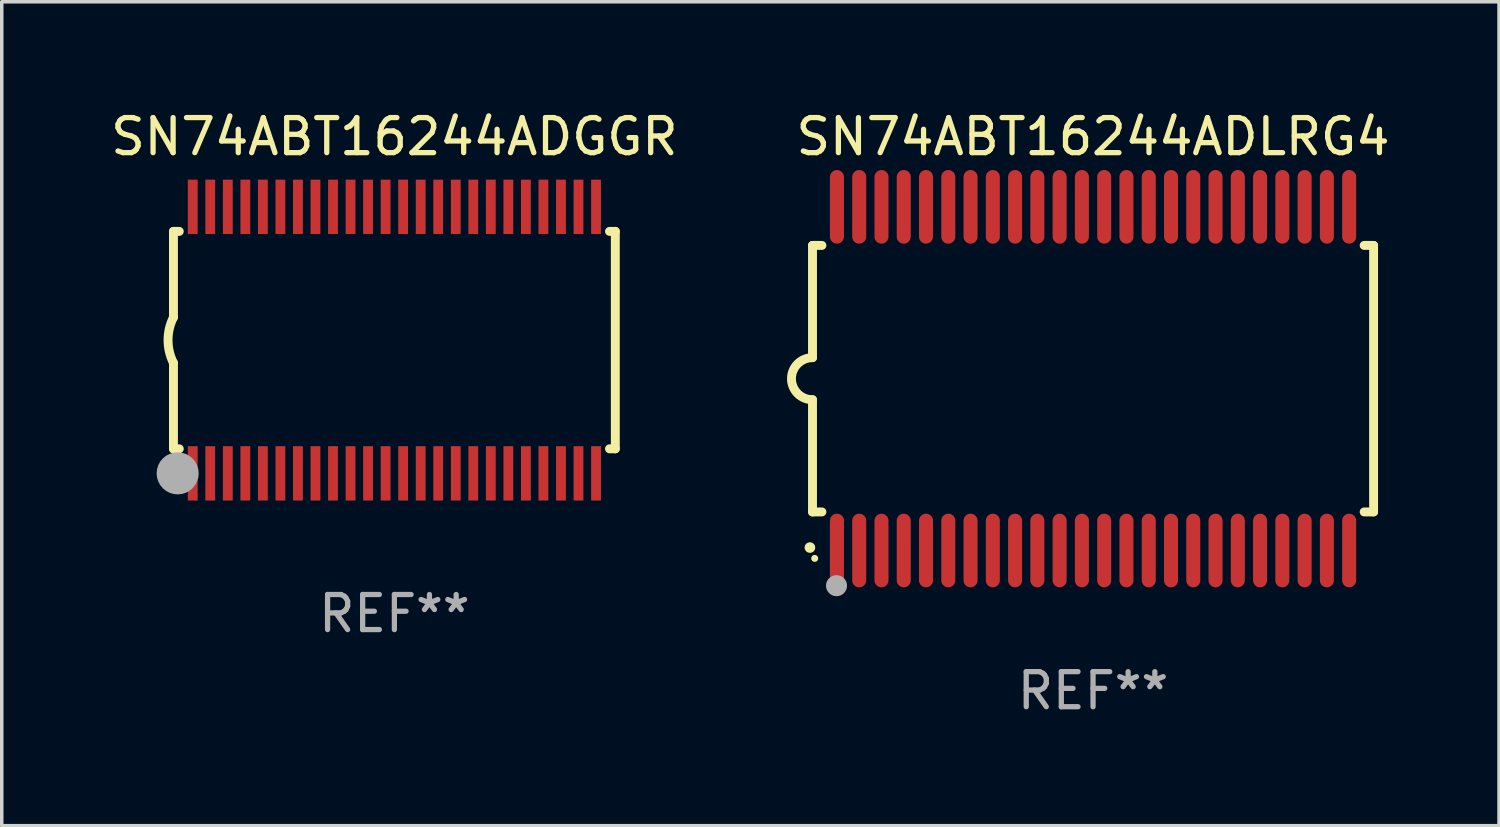
<source format=kicad_pcb>
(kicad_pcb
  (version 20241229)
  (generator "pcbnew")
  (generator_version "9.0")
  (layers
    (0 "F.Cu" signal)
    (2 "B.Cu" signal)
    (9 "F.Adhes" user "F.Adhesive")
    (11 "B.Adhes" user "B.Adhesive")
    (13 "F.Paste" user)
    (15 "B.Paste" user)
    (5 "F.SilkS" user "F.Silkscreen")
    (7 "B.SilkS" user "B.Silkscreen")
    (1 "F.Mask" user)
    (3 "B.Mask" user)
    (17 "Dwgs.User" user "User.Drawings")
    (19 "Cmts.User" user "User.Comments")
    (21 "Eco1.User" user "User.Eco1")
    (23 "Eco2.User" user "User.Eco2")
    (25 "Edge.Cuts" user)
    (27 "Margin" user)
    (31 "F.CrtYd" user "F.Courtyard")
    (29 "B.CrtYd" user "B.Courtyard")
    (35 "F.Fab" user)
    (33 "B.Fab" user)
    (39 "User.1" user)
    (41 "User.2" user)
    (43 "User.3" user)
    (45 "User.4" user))
  (footprint "SN74ABT16244ADGGR"
    (layer "F.Cu")
    (at 8.196 6.648)
    (property "Reference" "SN74ABT16244ADGGR" (at 0 -5.8 0) (layer "F.SilkS") (effects (font (size 1 1) (thickness 0.15))))
    (attr through_hole)
    (fp_line (start -6.3 -3.1) (end -6.3 -0.65) (stroke (width 0.254) (type solid)) (layer "F.SilkS"))
    (fp_line (start -6.3 -3.1) (end -6.134 -3.1) (stroke (width 0.254) (type solid)) (layer "F.SilkS"))
    (fp_line (start -6.3 3.1) (end -6.3 0.65) (stroke (width 0.254) (type solid)) (layer "F.SilkS"))
    (fp_line (start -6.3 3.1) (end -6.134 3.1) (stroke (width 0.254) (type solid)) (layer "F.SilkS"))
    (fp_line (start 6.134 -3.1) (end 6.3 -3.1) (stroke (width 0.254) (type solid)) (layer "F.SilkS"))
    (fp_line (start 6.134 3.1) (end 6.3 3.1) (stroke (width 0.254) (type solid)) (layer "F.SilkS"))
    (fp_line (start 6.3 -3.1) (end 6.3 3.1) (stroke (width 0.254) (type solid)) (layer "F.SilkS"))
    (fp_arc (start -6.301016 0.650114) (mid -6.45413 -0.000082) (end -6.3 -0.650038) (stroke (width 0.254001) (type solid)) (layer "F.SilkS"))
    (fp_circle (center -6.35 3.81) (end -6.223 3.81) (stroke (width 0.254) (type solid)) (fill no) (layer "F.SilkS"))
    (fp_circle (center -6.25 4.05) (end -6.22 4.05) (stroke (width 0.06) (type solid)) (fill no) (layer "F.SilkS"))
    (fp_circle (center -6.18 3.8) (end -5.88 3.8) (stroke (width 0.6) (type solid)) (fill no) (layer "F.Fab"))
    (fp_text user "REF**" (at 0 7.8 0) (layer "F.Fab") (effects (font (size 1 1) (thickness 0.15))))
    (pad "1" smd rect (at -5.75 3.8) (size 0.28 1.55) (layers "F.Cu" "F.Mask" "F.Paste"))
    (pad "2" smd rect (at -5.25 3.8) (size 0.28 1.55) (layers "F.Cu" "F.Mask" "F.Paste"))
    (pad "3" smd rect (at -4.75 3.8) (size 0.28 1.55) (layers "F.Cu" "F.Mask" "F.Paste"))
    (pad "4" smd rect (at -4.25 3.8) (size 0.28 1.55) (layers "F.Cu" "F.Mask" "F.Paste"))
    (pad "5" smd rect (at -3.75 3.8) (size 0.28 1.55) (layers "F.Cu" "F.Mask" "F.Paste"))
    (pad "6" smd rect (at -3.25 3.8) (size 0.28 1.55) (layers "F.Cu" "F.Mask" "F.Paste"))
    (pad "7" smd rect (at -2.75 3.8) (size 0.28 1.55) (layers "F.Cu" "F.Mask" "F.Paste"))
    (pad "8" smd rect (at -2.25 3.8) (size 0.28 1.55) (layers "F.Cu" "F.Mask" "F.Paste"))
    (pad "9" smd rect (at -1.75 3.8) (size 0.28 1.55) (layers "F.Cu" "F.Mask" "F.Paste"))
    (pad "10" smd rect (at -1.25 3.8) (size 0.28 1.55) (layers "F.Cu" "F.Mask" "F.Paste"))
    (pad "11" smd rect (at -0.75 3.8) (size 0.28 1.55) (layers "F.Cu" "F.Mask" "F.Paste"))
    (pad "12" smd rect (at -0.25 3.8) (size 0.28 1.55) (layers "F.Cu" "F.Mask" "F.Paste"))
    (pad "13" smd rect (at 0.25 3.8) (size 0.28 1.55) (layers "F.Cu" "F.Mask" "F.Paste"))
    (pad "14" smd rect (at 0.75 3.8) (size 0.28 1.55) (layers "F.Cu" "F.Mask" "F.Paste"))
    (pad "15" smd rect (at 1.25 3.8) (size 0.28 1.55) (layers "F.Cu" "F.Mask" "F.Paste"))
    (pad "16" smd rect (at 1.75 3.8) (size 0.28 1.55) (layers "F.Cu" "F.Mask" "F.Paste"))
    (pad "17" smd rect (at 2.25 3.8) (size 0.28 1.55) (layers "F.Cu" "F.Mask" "F.Paste"))
    (pad "18" smd rect (at 2.75 3.8) (size 0.28 1.55) (layers "F.Cu" "F.Mask" "F.Paste"))
    (pad "19" smd rect (at 3.25 3.8) (size 0.28 1.55) (layers "F.Cu" "F.Mask" "F.Paste"))
    (pad "20" smd rect (at 3.75 3.8) (size 0.28 1.55) (layers "F.Cu" "F.Mask" "F.Paste"))
    (pad "21" smd rect (at 4.25 3.8) (size 0.28 1.55) (layers "F.Cu" "F.Mask" "F.Paste"))
    (pad "22" smd rect (at 4.75 3.8) (size 0.28 1.55) (layers "F.Cu" "F.Mask" "F.Paste"))
    (pad "23" smd rect (at 5.25 3.8) (size 0.28 1.55) (layers "F.Cu" "F.Mask" "F.Paste"))
    (pad "24" smd rect (at 5.75 3.8) (size 0.28 1.55) (layers "F.Cu" "F.Mask" "F.Paste"))
    (pad "25" smd rect (at 5.75 -3.8) (size 0.28 1.55) (layers "F.Cu" "F.Mask" "F.Paste"))
    (pad "26" smd rect (at 5.25 -3.8) (size 0.28 1.55) (layers "F.Cu" "F.Mask" "F.Paste"))
    (pad "27" smd rect (at 4.75 -3.8) (size 0.28 1.55) (layers "F.Cu" "F.Mask" "F.Paste"))
    (pad "28" smd rect (at 4.25 -3.8) (size 0.28 1.55) (layers "F.Cu" "F.Mask" "F.Paste"))
    (pad "29" smd rect (at 3.75 -3.8) (size 0.28 1.55) (layers "F.Cu" "F.Mask" "F.Paste"))
    (pad "30" smd rect (at 3.25 -3.8) (size 0.28 1.55) (layers "F.Cu" "F.Mask" "F.Paste"))
    (pad "31" smd rect (at 2.75 -3.8) (size 0.28 1.55) (layers "F.Cu" "F.Mask" "F.Paste"))
    (pad "32" smd rect (at 2.25 -3.8) (size 0.28 1.55) (layers "F.Cu" "F.Mask" "F.Paste"))
    (pad "33" smd rect (at 1.75 -3.8) (size 0.28 1.55) (layers "F.Cu" "F.Mask" "F.Paste"))
    (pad "34" smd rect (at 1.25 -3.8) (size 0.28 1.55) (layers "F.Cu" "F.Mask" "F.Paste"))
    (pad "35" smd rect (at 0.75 -3.8) (size 0.28 1.55) (layers "F.Cu" "F.Mask" "F.Paste"))
    (pad "36" smd rect (at 0.25 -3.8) (size 0.28 1.55) (layers "F.Cu" "F.Mask" "F.Paste"))
    (pad "37" smd rect (at -0.25 -3.8) (size 0.28 1.55) (layers "F.Cu" "F.Mask" "F.Paste"))
    (pad "38" smd rect (at -0.75 -3.8) (size 0.28 1.55) (layers "F.Cu" "F.Mask" "F.Paste"))
    (pad "39" smd rect (at -1.25 -3.8) (size 0.28 1.55) (layers "F.Cu" "F.Mask" "F.Paste"))
    (pad "40" smd rect (at -1.75 -3.8) (size 0.28 1.55) (layers "F.Cu" "F.Mask" "F.Paste"))
    (pad "41" smd rect (at -2.25 -3.8) (size 0.28 1.55) (layers "F.Cu" "F.Mask" "F.Paste"))
    (pad "42" smd rect (at -2.75 -3.8) (size 0.28 1.55) (layers "F.Cu" "F.Mask" "F.Paste"))
    (pad "43" smd rect (at -3.25 -3.8) (size 0.28 1.55) (layers "F.Cu" "F.Mask" "F.Paste"))
    (pad "44" smd rect (at -3.75 -3.8) (size 0.28 1.55) (layers "F.Cu" "F.Mask" "F.Paste"))
    (pad "45" smd rect (at -4.25 -3.8) (size 0.28 1.55) (layers "F.Cu" "F.Mask" "F.Paste"))
    (pad "46" smd rect (at -4.75 -3.8) (size 0.28 1.55) (layers "F.Cu" "F.Mask" "F.Paste"))
    (pad "47" smd rect (at -5.25 -3.8) (size 0.28 1.55) (layers "F.Cu" "F.Mask" "F.Paste"))
    (pad "48" smd rect (at -5.75 -3.8) (size 0.28 1.55) (layers "F.Cu" "F.Mask" "F.Paste")))
  (footprint "SN74ABT16244ADLRG4"
    (layer "F.Cu")
    (at 28.119 7.748)
    (property "Reference" "SN74ABT16244ADLRG4" (at 0 -6.9 0) (layer "F.SilkS") (effects (font (size 1 1) (thickness 0.15))))
    (attr through_hole)
    (fp_line (start -8 -3.8) (end -8 -0.599) (stroke (width 0.254) (type solid)) (layer "F.SilkS"))
    (fp_line (start -8 -3.8) (end -7.731 -3.8) (stroke (width 0.254) (type solid)) (layer "F.SilkS"))
    (fp_line (start -8 3.8) (end -8 0.599) (stroke (width 0.254) (type solid)) (layer "F.SilkS"))
    (fp_line (start -7.731 3.8) (end -8 3.8) (stroke (width 0.254) (type solid)) (layer "F.SilkS"))
    (fp_line (start 7.731 -3.8) (end 8 -3.8) (stroke (width 0.254) (type solid)) (layer "F.SilkS"))
    (fp_line (start 8 -3.8) (end 8 3.8) (stroke (width 0.254) (type solid)) (layer "F.SilkS"))
    (fp_line (start 8 3.8) (end 7.731 3.8) (stroke (width 0.254) (type solid)) (layer "F.SilkS"))
    (fp_arc (start -8.074676 4.81585) (mid -8.073406 4.815845) (end -8.072136 4.81585) (stroke (width 0.3) (type solid)) (layer "F.SilkS"))
    (fp_arc (start -8.000025 0.6) (mid -8.598908 0.00056) (end -8.000027 -0.598882) (stroke (width 0.254001) (type solid)) (layer "F.SilkS"))
    (fp_circle (center -7.937 5.125) (end -7.887 5.125) (stroke (width 0.1) (type solid)) (fill no) (layer "F.SilkS"))
    (fp_circle (center -7.315 5.903) (end -7.165 5.903) (stroke (width 0.3) (type solid)) (fill no) (layer "F.Fab"))
    (fp_text user "REF**" (at 0 8.9 0) (layer "F.Fab") (effects (font (size 1 1) (thickness 0.15))))
    (pad "1" smd oval (at -7.303 4.9) (size 0.4 2.1) (layers "F.Cu" "F.Mask" "F.Paste"))
    (pad "2" smd oval (at -6.668 4.9) (size 0.4 2.1) (layers "F.Cu" "F.Mask" "F.Paste"))
    (pad "3" smd oval (at -6.033 4.9) (size 0.4 2.1) (layers "F.Cu" "F.Mask" "F.Paste"))
    (pad "4" smd oval (at -5.398 4.9) (size 0.4 2.1) (layers "F.Cu" "F.Mask" "F.Paste"))
    (pad "5" smd oval (at -4.763 4.9) (size 0.4 2.1) (layers "F.Cu" "F.Mask" "F.Paste"))
    (pad "6" smd oval (at -4.128 4.9) (size 0.4 2.1) (layers "F.Cu" "F.Mask" "F.Paste"))
    (pad "7" smd oval (at -3.493 4.9) (size 0.4 2.1) (layers "F.Cu" "F.Mask" "F.Paste"))
    (pad "8" smd oval (at -2.858 4.9) (size 0.4 2.1) (layers "F.Cu" "F.Mask" "F.Paste"))
    (pad "9" smd oval (at -2.223 4.9) (size 0.4 2.1) (layers "F.Cu" "F.Mask" "F.Paste"))
    (pad "10" smd oval (at -1.588 4.9) (size 0.4 2.1) (layers "F.Cu" "F.Mask" "F.Paste"))
    (pad "11" smd oval (at -0.953 4.9) (size 0.4 2.1) (layers "F.Cu" "F.Mask" "F.Paste"))
    (pad "12" smd oval (at -0.318 4.9) (size 0.4 2.1) (layers "F.Cu" "F.Mask" "F.Paste"))
    (pad "13" smd oval (at 0.318 4.9) (size 0.4 2.1) (layers "F.Cu" "F.Mask" "F.Paste"))
    (pad "14" smd oval (at 0.953 4.9) (size 0.4 2.1) (layers "F.Cu" "F.Mask" "F.Paste"))
    (pad "15" smd oval (at 1.588 4.9) (size 0.4 2.1) (layers "F.Cu" "F.Mask" "F.Paste"))
    (pad "16" smd oval (at 2.223 4.9) (size 0.4 2.1) (layers "F.Cu" "F.Mask" "F.Paste"))
    (pad "17" smd oval (at 2.858 4.9) (size 0.4 2.1) (layers "F.Cu" "F.Mask" "F.Paste"))
    (pad "18" smd oval (at 3.493 4.9) (size 0.4 2.1) (layers "F.Cu" "F.Mask" "F.Paste"))
    (pad "19" smd oval (at 4.128 4.9) (size 0.4 2.1) (layers "F.Cu" "F.Mask" "F.Paste"))
    (pad "20" smd oval (at 4.763 4.9) (size 0.4 2.1) (layers "F.Cu" "F.Mask" "F.Paste"))
    (pad "21" smd oval (at 5.398 4.9) (size 0.4 2.1) (layers "F.Cu" "F.Mask" "F.Paste"))
    (pad "22" smd oval (at 6.033 4.9) (size 0.4 2.1) (layers "F.Cu" "F.Mask" "F.Paste"))
    (pad "23" smd oval (at 6.668 4.9) (size 0.4 2.1) (layers "F.Cu" "F.Mask" "F.Paste"))
    (pad "24" smd oval (at 7.303 4.9) (size 0.4 2.1) (layers "F.Cu" "F.Mask" "F.Paste"))
    (pad "25" smd oval (at 7.303 -4.9 180) (size 0.4 2.1) (layers "F.Cu" "F.Mask" "F.Paste"))
    (pad "26" smd oval (at 6.668 -4.9 180) (size 0.4 2.1) (layers "F.Cu" "F.Mask" "F.Paste"))
    (pad "27" smd oval (at 6.033 -4.9 180) (size 0.4 2.1) (layers "F.Cu" "F.Mask" "F.Paste"))
    (pad "28" smd oval (at 5.398 -4.9 180) (size 0.4 2.1) (layers "F.Cu" "F.Mask" "F.Paste"))
    (pad "29" smd oval (at 4.763 -4.9 180) (size 0.4 2.1) (layers "F.Cu" "F.Mask" "F.Paste"))
    (pad "30" smd oval (at 4.128 -4.9 180) (size 0.4 2.1) (layers "F.Cu" "F.Mask" "F.Paste"))
    (pad "31" smd oval (at 3.493 -4.9 180) (size 0.4 2.1) (layers "F.Cu" "F.Mask" "F.Paste"))
    (pad "32" smd oval (at 2.858 -4.9 180) (size 0.4 2.1) (layers "F.Cu" "F.Mask" "F.Paste"))
    (pad "33" smd oval (at 2.223 -4.9 180) (size 0.4 2.1) (layers "F.Cu" "F.Mask" "F.Paste"))
    (pad "34" smd oval (at 1.588 -4.9 180) (size 0.4 2.1) (layers "F.Cu" "F.Mask" "F.Paste"))
    (pad "35" smd oval (at 0.953 -4.9 180) (size 0.4 2.1) (layers "F.Cu" "F.Mask" "F.Paste"))
    (pad "36" smd oval (at 0.318 -4.9 180) (size 0.4 2.1) (layers "F.Cu" "F.Mask" "F.Paste"))
    (pad "37" smd oval (at -0.318 -4.9 180) (size 0.4 2.1) (layers "F.Cu" "F.Mask" "F.Paste"))
    (pad "38" smd oval (at -0.953 -4.9 180) (size 0.4 2.1) (layers "F.Cu" "F.Mask" "F.Paste"))
    (pad "39" smd oval (at -1.588 -4.9 180) (size 0.4 2.1) (layers "F.Cu" "F.Mask" "F.Paste"))
    (pad "40" smd oval (at -2.223 -4.9 180) (size 0.4 2.1) (layers "F.Cu" "F.Mask" "F.Paste"))
    (pad "41" smd oval (at -2.858 -4.9 180) (size 0.4 2.1) (layers "F.Cu" "F.Mask" "F.Paste"))
    (pad "42" smd oval (at -3.493 -4.9 180) (size 0.4 2.1) (layers "F.Cu" "F.Mask" "F.Paste"))
    (pad "43" smd oval (at -4.128 -4.9 180) (size 0.4 2.1) (layers "F.Cu" "F.Mask" "F.Paste"))
    (pad "44" smd oval (at -4.763 -4.9 180) (size 0.4 2.1) (layers "F.Cu" "F.Mask" "F.Paste"))
    (pad "45" smd oval (at -5.398 -4.9 180) (size 0.4 2.1) (layers "F.Cu" "F.Mask" "F.Paste"))
    (pad "46" smd oval (at -6.033 -4.9 180) (size 0.4 2.1) (layers "F.Cu" "F.Mask" "F.Paste"))
    (pad "47" smd oval (at -6.668 -4.9 180) (size 0.4 2.1) (layers "F.Cu" "F.Mask" "F.Paste"))
    (pad "48" smd oval (at -7.303 -4.9 180) (size 0.4 2.1) (layers "F.Cu" "F.Mask" "F.Paste")))
  (gr_rect
    (start -3 -3)
    (end 39.696 20.496)
    (stroke (width 0.1) (type default))
    (fill no)
    (layer "Edge.Cuts")))
</source>
